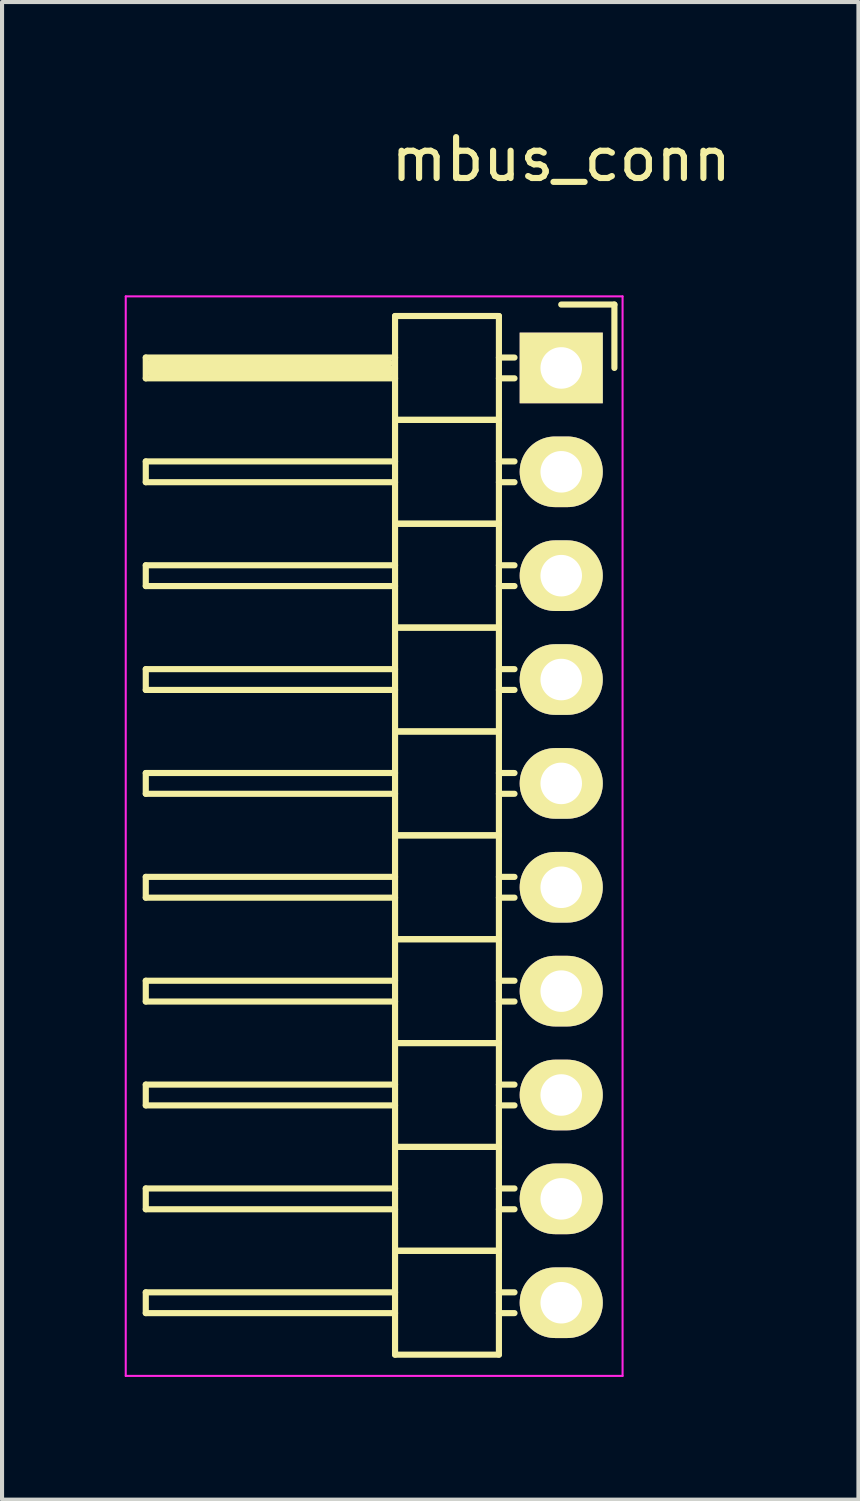
<source format=kicad_pcb>
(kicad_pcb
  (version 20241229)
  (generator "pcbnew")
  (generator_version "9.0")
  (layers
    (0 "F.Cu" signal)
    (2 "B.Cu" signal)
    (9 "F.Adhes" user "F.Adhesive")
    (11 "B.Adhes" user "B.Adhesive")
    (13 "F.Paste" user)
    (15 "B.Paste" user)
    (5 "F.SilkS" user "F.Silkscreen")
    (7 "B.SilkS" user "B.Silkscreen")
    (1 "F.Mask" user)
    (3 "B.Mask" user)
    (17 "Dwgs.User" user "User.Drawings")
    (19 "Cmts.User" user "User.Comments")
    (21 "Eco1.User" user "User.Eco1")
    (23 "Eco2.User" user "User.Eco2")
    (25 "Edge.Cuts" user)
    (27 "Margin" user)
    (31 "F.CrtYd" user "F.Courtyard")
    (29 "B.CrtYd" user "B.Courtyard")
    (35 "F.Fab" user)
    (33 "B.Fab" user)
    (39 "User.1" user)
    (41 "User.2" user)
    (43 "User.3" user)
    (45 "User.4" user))
  (footprint "mbus_conn"
    (layer "F.Cu")
    (at 10.675 5.948)
    (property "Reference" "mbus_conn" (at 0 -5.1 0) (layer "F.SilkS") (effects (font (size 1 1) (thickness 0.15))))
    (attr through_hole)
    (fp_line (start -10.16 -0.254) (end -10.16 0.254) (stroke (width 0.15) (type solid)) (layer "F.SilkS"))
    (fp_line (start -10.16 0.254) (end -4.064 0.254) (stroke (width 0.15) (type solid)) (layer "F.SilkS"))
    (fp_line (start -10.16 2.286) (end -10.16 2.794) (stroke (width 0.15) (type solid)) (layer "F.SilkS"))
    (fp_line (start -10.16 2.794) (end -4.064 2.794) (stroke (width 0.15) (type solid)) (layer "F.SilkS"))
    (fp_line (start -10.16 4.826) (end -10.16 5.334) (stroke (width 0.15) (type solid)) (layer "F.SilkS"))
    (fp_line (start -10.16 5.334) (end -4.064 5.334) (stroke (width 0.15) (type solid)) (layer "F.SilkS"))
    (fp_line (start -10.16 7.366) (end -10.16 7.874) (stroke (width 0.15) (type solid)) (layer "F.SilkS"))
    (fp_line (start -10.16 7.874) (end -4.064 7.874) (stroke (width 0.15) (type solid)) (layer "F.SilkS"))
    (fp_line (start -10.16 9.906) (end -10.16 10.414) (stroke (width 0.15) (type solid)) (layer "F.SilkS"))
    (fp_line (start -10.16 10.414) (end -4.064 10.414) (stroke (width 0.15) (type solid)) (layer "F.SilkS"))
    (fp_line (start -10.16 12.446) (end -10.16 12.954) (stroke (width 0.15) (type solid)) (layer "F.SilkS"))
    (fp_line (start -10.16 12.954) (end -4.064 12.954) (stroke (width 0.15) (type solid)) (layer "F.SilkS"))
    (fp_line (start -10.16 14.986) (end -10.16 15.494) (stroke (width 0.15) (type solid)) (layer "F.SilkS"))
    (fp_line (start -10.16 15.494) (end -4.064 15.494) (stroke (width 0.15) (type solid)) (layer "F.SilkS"))
    (fp_line (start -10.16 17.526) (end -10.16 18.034) (stroke (width 0.15) (type solid)) (layer "F.SilkS"))
    (fp_line (start -10.16 18.034) (end -4.064 18.034) (stroke (width 0.15) (type solid)) (layer "F.SilkS"))
    (fp_line (start -10.16 20.066) (end -10.16 20.574) (stroke (width 0.15) (type solid)) (layer "F.SilkS"))
    (fp_line (start -10.16 20.574) (end -4.064 20.574) (stroke (width 0.15) (type solid)) (layer "F.SilkS"))
    (fp_line (start -10.16 22.606) (end -10.16 23.114) (stroke (width 0.15) (type solid)) (layer "F.SilkS"))
    (fp_line (start -10.16 23.114) (end -4.064 23.114) (stroke (width 0.15) (type solid)) (layer "F.SilkS"))
    (fp_line (start -10.033 -0.127) (end -10.033 0.127) (stroke (width 0.15) (type solid)) (layer "F.SilkS"))
    (fp_line (start -10.033 0.127) (end -4.191 0.127) (stroke (width 0.15) (type solid)) (layer "F.SilkS"))
    (fp_line (start -4.191 -0.127) (end -10.033 -0.127) (stroke (width 0.15) (type solid)) (layer "F.SilkS"))
    (fp_line (start -4.191 0) (end -10.033 0) (stroke (width 0.15) (type solid)) (layer "F.SilkS"))
    (fp_line (start -4.191 0.127) (end -4.191 0) (stroke (width 0.15) (type solid)) (layer "F.SilkS"))
    (fp_line (start -4.064 -0.254) (end -10.16 -0.254) (stroke (width 0.15) (type solid)) (layer "F.SilkS"))
    (fp_line (start -4.064 1.27) (end -4.064 -1.27) (stroke (width 0.15) (type solid)) (layer "F.SilkS"))
    (fp_line (start -4.064 2.286) (end -10.16 2.286) (stroke (width 0.15) (type solid)) (layer "F.SilkS"))
    (fp_line (start -4.064 3.81) (end -4.064 1.27) (stroke (width 0.15) (type solid)) (layer "F.SilkS"))
    (fp_line (start -4.064 4.826) (end -10.16 4.826) (stroke (width 0.15) (type solid)) (layer "F.SilkS"))
    (fp_line (start -4.064 6.35) (end -4.064 3.81) (stroke (width 0.15) (type solid)) (layer "F.SilkS"))
    (fp_line (start -4.064 7.366) (end -10.16 7.366) (stroke (width 0.15) (type solid)) (layer "F.SilkS"))
    (fp_line (start -4.064 8.89) (end -4.064 6.35) (stroke (width 0.15) (type solid)) (layer "F.SilkS"))
    (fp_line (start -4.064 9.906) (end -10.16 9.906) (stroke (width 0.15) (type solid)) (layer "F.SilkS"))
    (fp_line (start -4.064 11.43) (end -4.064 8.89) (stroke (width 0.15) (type solid)) (layer "F.SilkS"))
    (fp_line (start -4.064 12.446) (end -10.16 12.446) (stroke (width 0.15) (type solid)) (layer "F.SilkS"))
    (fp_line (start -4.064 13.97) (end -4.064 11.43) (stroke (width 0.15) (type solid)) (layer "F.SilkS"))
    (fp_line (start -4.064 14.986) (end -10.16 14.986) (stroke (width 0.15) (type solid)) (layer "F.SilkS"))
    (fp_line (start -4.064 16.51) (end -4.064 13.97) (stroke (width 0.15) (type solid)) (layer "F.SilkS"))
    (fp_line (start -4.064 17.526) (end -10.16 17.526) (stroke (width 0.15) (type solid)) (layer "F.SilkS"))
    (fp_line (start -4.064 19.05) (end -4.064 16.51) (stroke (width 0.15) (type solid)) (layer "F.SilkS"))
    (fp_line (start -4.064 20.066) (end -10.16 20.066) (stroke (width 0.15) (type solid)) (layer "F.SilkS"))
    (fp_line (start -4.064 21.59) (end -4.064 19.05) (stroke (width 0.15) (type solid)) (layer "F.SilkS"))
    (fp_line (start -4.064 22.606) (end -10.16 22.606) (stroke (width 0.15) (type solid)) (layer "F.SilkS"))
    (fp_line (start -4.064 24.13) (end -4.064 21.59) (stroke (width 0.15) (type solid)) (layer "F.SilkS"))
    (fp_line (start -1.524 -1.27) (end -4.064 -1.27) (stroke (width 0.15) (type solid)) (layer "F.SilkS"))
    (fp_line (start -1.524 -1.27) (end -1.524 1.27) (stroke (width 0.15) (type solid)) (layer "F.SilkS"))
    (fp_line (start -1.524 -0.254) (end -1.143 -0.254) (stroke (width 0.15) (type solid)) (layer "F.SilkS"))
    (fp_line (start -1.524 0.254) (end -1.143 0.254) (stroke (width 0.15) (type solid)) (layer "F.SilkS"))
    (fp_line (start -1.524 1.27) (end -4.064 1.27) (stroke (width 0.15) (type solid)) (layer "F.SilkS"))
    (fp_line (start -1.524 1.27) (end -4.064 1.27) (stroke (width 0.15) (type solid)) (layer "F.SilkS"))
    (fp_line (start -1.524 1.27) (end -1.524 3.81) (stroke (width 0.15) (type solid)) (layer "F.SilkS"))
    (fp_line (start -1.524 2.286) (end -1.143 2.286) (stroke (width 0.15) (type solid)) (layer "F.SilkS"))
    (fp_line (start -1.524 2.794) (end -1.143 2.794) (stroke (width 0.15) (type solid)) (layer "F.SilkS"))
    (fp_line (start -1.524 3.81) (end -4.064 3.81) (stroke (width 0.15) (type solid)) (layer "F.SilkS"))
    (fp_line (start -1.524 3.81) (end -4.064 3.81) (stroke (width 0.15) (type solid)) (layer "F.SilkS"))
    (fp_line (start -1.524 3.81) (end -1.524 6.35) (stroke (width 0.15) (type solid)) (layer "F.SilkS"))
    (fp_line (start -1.524 4.826) (end -1.143 4.826) (stroke (width 0.15) (type solid)) (layer "F.SilkS"))
    (fp_line (start -1.524 5.334) (end -1.143 5.334) (stroke (width 0.15) (type solid)) (layer "F.SilkS"))
    (fp_line (start -1.524 6.35) (end -4.064 6.35) (stroke (width 0.15) (type solid)) (layer "F.SilkS"))
    (fp_line (start -1.524 6.35) (end -4.064 6.35) (stroke (width 0.15) (type solid)) (layer "F.SilkS"))
    (fp_line (start -1.524 6.35) (end -1.524 8.89) (stroke (width 0.15) (type solid)) (layer "F.SilkS"))
    (fp_line (start -1.524 7.366) (end -1.143 7.366) (stroke (width 0.15) (type solid)) (layer "F.SilkS"))
    (fp_line (start -1.524 7.874) (end -1.143 7.874) (stroke (width 0.15) (type solid)) (layer "F.SilkS"))
    (fp_line (start -1.524 8.89) (end -4.064 8.89) (stroke (width 0.15) (type solid)) (layer "F.SilkS"))
    (fp_line (start -1.524 8.89) (end -4.064 8.89) (stroke (width 0.15) (type solid)) (layer "F.SilkS"))
    (fp_line (start -1.524 8.89) (end -1.524 11.43) (stroke (width 0.15) (type solid)) (layer "F.SilkS"))
    (fp_line (start -1.524 9.906) (end -1.143 9.906) (stroke (width 0.15) (type solid)) (layer "F.SilkS"))
    (fp_line (start -1.524 10.414) (end -1.143 10.414) (stroke (width 0.15) (type solid)) (layer "F.SilkS"))
    (fp_line (start -1.524 11.43) (end -4.064 11.43) (stroke (width 0.15) (type solid)) (layer "F.SilkS"))
    (fp_line (start -1.524 11.43) (end -4.064 11.43) (stroke (width 0.15) (type solid)) (layer "F.SilkS"))
    (fp_line (start -1.524 11.43) (end -1.524 13.97) (stroke (width 0.15) (type solid)) (layer "F.SilkS"))
    (fp_line (start -1.524 12.446) (end -1.143 12.446) (stroke (width 0.15) (type solid)) (layer "F.SilkS"))
    (fp_line (start -1.524 12.954) (end -1.143 12.954) (stroke (width 0.15) (type solid)) (layer "F.SilkS"))
    (fp_line (start -1.524 13.97) (end -4.064 13.97) (stroke (width 0.15) (type solid)) (layer "F.SilkS"))
    (fp_line (start -1.524 13.97) (end -4.064 13.97) (stroke (width 0.15) (type solid)) (layer "F.SilkS"))
    (fp_line (start -1.524 13.97) (end -1.524 16.51) (stroke (width 0.15) (type solid)) (layer "F.SilkS"))
    (fp_line (start -1.524 14.986) (end -1.143 14.986) (stroke (width 0.15) (type solid)) (layer "F.SilkS"))
    (fp_line (start -1.524 15.494) (end -1.143 15.494) (stroke (width 0.15) (type solid)) (layer "F.SilkS"))
    (fp_line (start -1.524 16.51) (end -4.064 16.51) (stroke (width 0.15) (type solid)) (layer "F.SilkS"))
    (fp_line (start -1.524 16.51) (end -4.064 16.51) (stroke (width 0.15) (type solid)) (layer "F.SilkS"))
    (fp_line (start -1.524 16.51) (end -1.524 19.05) (stroke (width 0.15) (type solid)) (layer "F.SilkS"))
    (fp_line (start -1.524 17.526) (end -1.143 17.526) (stroke (width 0.15) (type solid)) (layer "F.SilkS"))
    (fp_line (start -1.524 18.034) (end -1.143 18.034) (stroke (width 0.15) (type solid)) (layer "F.SilkS"))
    (fp_line (start -1.524 19.05) (end -4.064 19.05) (stroke (width 0.15) (type solid)) (layer "F.SilkS"))
    (fp_line (start -1.524 19.05) (end -4.064 19.05) (stroke (width 0.15) (type solid)) (layer "F.SilkS"))
    (fp_line (start -1.524 19.05) (end -1.524 21.59) (stroke (width 0.15) (type solid)) (layer "F.SilkS"))
    (fp_line (start -1.524 20.066) (end -1.143 20.066) (stroke (width 0.15) (type solid)) (layer "F.SilkS"))
    (fp_line (start -1.524 20.574) (end -1.143 20.574) (stroke (width 0.15) (type solid)) (layer "F.SilkS"))
    (fp_line (start -1.524 21.59) (end -4.064 21.59) (stroke (width 0.15) (type solid)) (layer "F.SilkS"))
    (fp_line (start -1.524 21.59) (end -4.064 21.59) (stroke (width 0.15) (type solid)) (layer "F.SilkS"))
    (fp_line (start -1.524 21.59) (end -1.524 24.13) (stroke (width 0.15) (type solid)) (layer "F.SilkS"))
    (fp_line (start -1.524 22.606) (end -1.143 22.606) (stroke (width 0.15) (type solid)) (layer "F.SilkS"))
    (fp_line (start -1.524 23.114) (end -1.143 23.114) (stroke (width 0.15) (type solid)) (layer "F.SilkS"))
    (fp_line (start -1.524 24.13) (end -4.064 24.13) (stroke (width 0.15) (type solid)) (layer "F.SilkS"))
    (fp_line (start 0 -1.55) (end 1.3 -1.55) (stroke (width 0.15) (type solid)) (layer "F.SilkS"))
    (fp_line (start 1.3 -1.55) (end 1.3 0) (stroke (width 0.15) (type solid)) (layer "F.SilkS"))
    (fp_line (start -10.65 -1.75) (end -10.65 24.65) (stroke (width 0.05) (type solid)) (layer "F.CrtYd"))
    (fp_line (start 1.5 -1.75) (end -10.65 -1.75) (stroke (width 0.05) (type solid)) (layer "F.CrtYd"))
    (fp_line (start 1.5 -1.75) (end 1.5 24.65) (stroke (width 0.05) (type solid)) (layer "F.CrtYd"))
    (fp_line (start 1.5 24.65) (end -10.65 24.65) (stroke (width 0.05) (type solid)) (layer "F.CrtYd"))
    (pad "1" thru_hole rect (at 0 0) (size 2.032 1.727) (drill 1.016) (layers "*.Cu" "*.Mask" "F.SilkS"))
    (pad "2" thru_hole oval (at 0 2.54) (size 2.032 1.727) (drill 1.016) (layers "*.Cu" "*.Mask" "F.SilkS"))
    (pad "3" thru_hole oval (at 0 5.08) (size 2.032 1.727) (drill 1.016) (layers "*.Cu" "*.Mask" "F.SilkS"))
    (pad "4" thru_hole oval (at 0 7.62) (size 2.032 1.727) (drill 1.016) (layers "*.Cu" "*.Mask" "F.SilkS"))
    (pad "5" thru_hole oval (at 0 10.16) (size 2.032 1.727) (drill 1.016) (layers "*.Cu" "*.Mask" "F.SilkS"))
    (pad "6" thru_hole oval (at 0 12.7) (size 2.032 1.727) (drill 1.016) (layers "*.Cu" "*.Mask" "F.SilkS"))
    (pad "7" thru_hole oval (at 0 15.24) (size 2.032 1.727) (drill 1.016) (layers "*.Cu" "*.Mask" "F.SilkS"))
    (pad "8" thru_hole oval (at 0 17.78) (size 2.032 1.727) (drill 1.016) (layers "*.Cu" "*.Mask" "F.SilkS"))
    (pad "9" thru_hole oval (at 0 20.32) (size 2.032 1.727) (drill 1.016) (layers "*.Cu" "*.Mask" "F.SilkS"))
    (pad "10" thru_hole oval (at 0 22.86) (size 2.032 1.727) (drill 1.016) (layers "*.Cu" "*.Mask" "F.SilkS")))
  (gr_rect
    (start -3 -3)
    (end 17.943 33.623)
    (stroke (width 0.1) (type default))
    (fill no)
    (layer "Edge.Cuts")))
</source>
